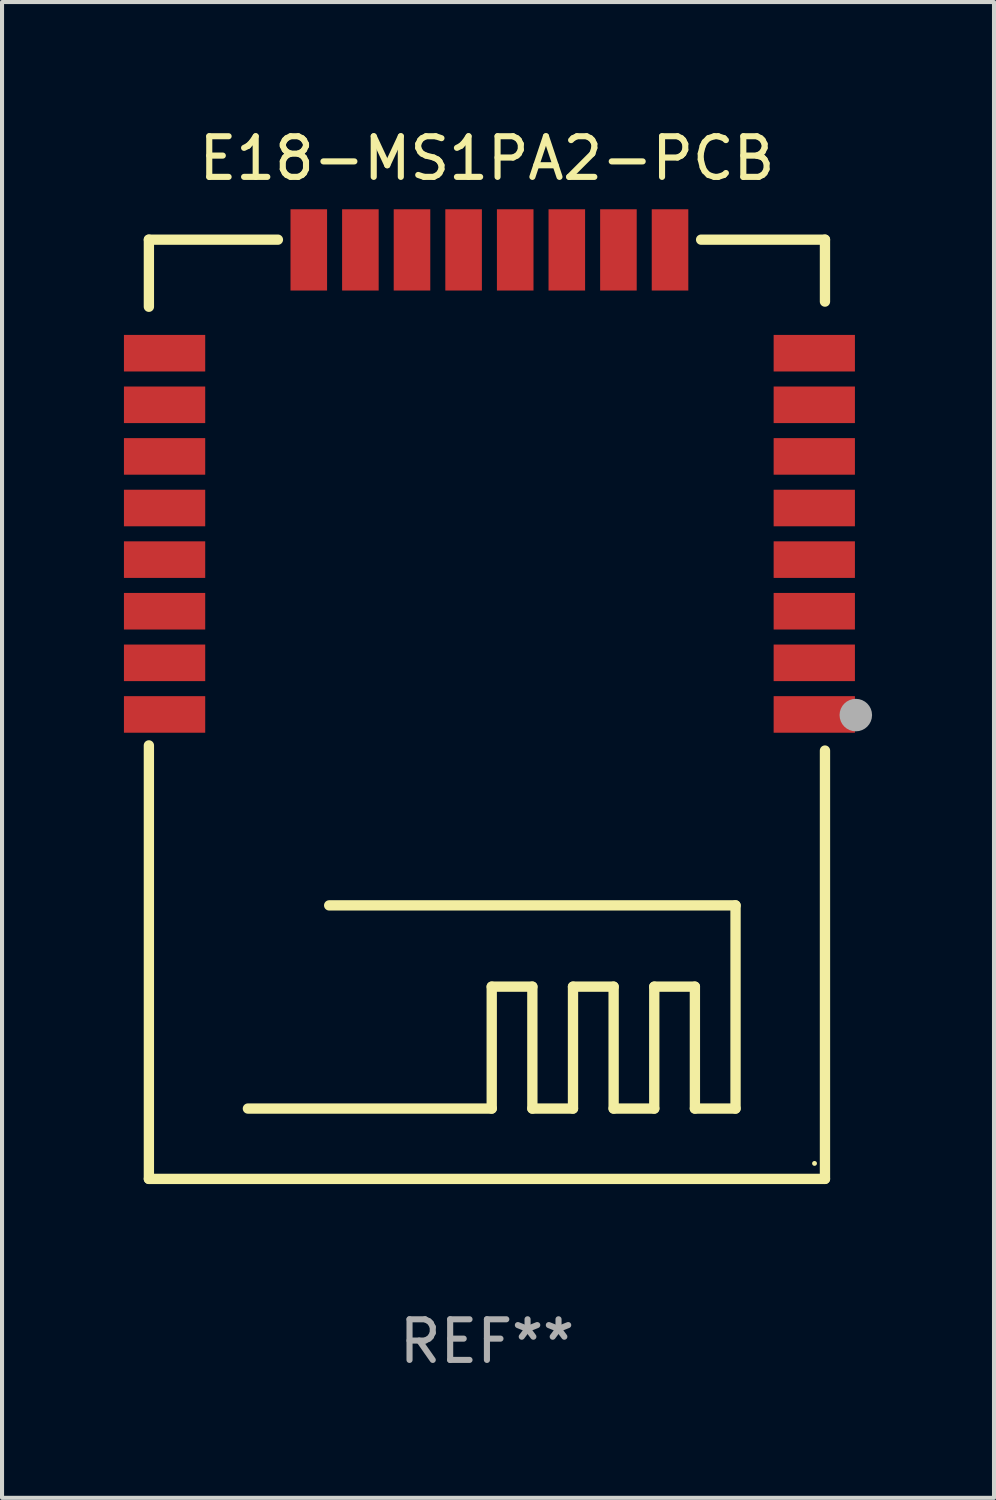
<source format=kicad_pcb>
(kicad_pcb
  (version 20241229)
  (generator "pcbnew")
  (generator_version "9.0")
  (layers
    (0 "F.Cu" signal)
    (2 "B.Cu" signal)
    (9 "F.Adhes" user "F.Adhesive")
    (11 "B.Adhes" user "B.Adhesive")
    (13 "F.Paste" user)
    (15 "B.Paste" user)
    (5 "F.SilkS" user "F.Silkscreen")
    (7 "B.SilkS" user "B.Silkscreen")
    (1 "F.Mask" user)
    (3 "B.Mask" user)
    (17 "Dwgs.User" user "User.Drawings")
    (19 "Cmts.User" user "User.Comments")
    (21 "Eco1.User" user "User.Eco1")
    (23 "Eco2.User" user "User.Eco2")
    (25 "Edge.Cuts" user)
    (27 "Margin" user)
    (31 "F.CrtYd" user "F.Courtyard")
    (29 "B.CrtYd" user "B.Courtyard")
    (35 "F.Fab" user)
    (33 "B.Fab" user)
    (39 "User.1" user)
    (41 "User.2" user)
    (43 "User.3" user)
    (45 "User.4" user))
  (footprint "E18-MS1PA2-PCB"
    (layer "F.Cu")
    (at 8.933 14.405)
    (property "Reference" "E18-MS1PA2-PCB" (at 0 -13.557 0) (layer "F.SilkS") (effects (font (size 1 1) (thickness 0.15))))
    (attr through_hole)
    (fp_line (start -8.319 -11.557) (end -5.144 -11.557) (stroke (width 0.254) (type solid)) (layer "F.SilkS"))
    (fp_line (start -8.319 -9.906) (end -8.319 -11.557) (stroke (width 0.254) (type solid)) (layer "F.SilkS"))
    (fp_line (start -8.319 11.557) (end -8.319 0.889) (stroke (width 0.254) (type solid)) (layer "F.SilkS"))
    (fp_line (start -8.319 11.557) (end 8.319 11.557) (stroke (width 0.254) (type solid)) (layer "F.SilkS"))
    (fp_line (start -3.882 4.826) (end 6.118 4.826) (stroke (width 0.254) (type solid)) (layer "F.SilkS"))
    (fp_line (start 0.118 6.826) (end 0.118 9.826) (stroke (width 0.254) (type solid)) (layer "F.SilkS"))
    (fp_line (start 0.118 9.826) (end -5.882 9.826) (stroke (width 0.254) (type solid)) (layer "F.SilkS"))
    (fp_line (start 1.118 6.826) (end 0.118 6.826) (stroke (width 0.254) (type solid)) (layer "F.SilkS"))
    (fp_line (start 1.118 9.826) (end 1.118 6.826) (stroke (width 0.254) (type solid)) (layer "F.SilkS"))
    (fp_line (start 2.118 6.826) (end 2.118 9.826) (stroke (width 0.254) (type solid)) (layer "F.SilkS"))
    (fp_line (start 2.118 9.826) (end 1.118 9.826) (stroke (width 0.254) (type solid)) (layer "F.SilkS"))
    (fp_line (start 3.118 6.826) (end 2.118 6.826) (stroke (width 0.254) (type solid)) (layer "F.SilkS"))
    (fp_line (start 3.118 9.826) (end 3.118 6.826) (stroke (width 0.254) (type solid)) (layer "F.SilkS"))
    (fp_line (start 4.118 6.826) (end 4.118 9.826) (stroke (width 0.254) (type solid)) (layer "F.SilkS"))
    (fp_line (start 4.118 9.826) (end 3.118 9.826) (stroke (width 0.254) (type solid)) (layer "F.SilkS"))
    (fp_line (start 5.118 6.826) (end 4.118 6.826) (stroke (width 0.254) (type solid)) (layer "F.SilkS"))
    (fp_line (start 5.118 9.826) (end 5.118 6.826) (stroke (width 0.254) (type solid)) (layer "F.SilkS"))
    (fp_line (start 5.271 -11.557) (end 8.319 -11.557) (stroke (width 0.254) (type solid)) (layer "F.SilkS"))
    (fp_line (start 6.118 4.826) (end 6.118 9.826) (stroke (width 0.254) (type solid)) (layer "F.SilkS"))
    (fp_line (start 6.118 9.826) (end 5.118 9.826) (stroke (width 0.254) (type solid)) (layer "F.SilkS"))
    (fp_line (start 8.319 -11.557) (end 8.319 -10.033) (stroke (width 0.254) (type solid)) (layer "F.SilkS"))
    (fp_line (start 8.319 11.557) (end 8.319 1.016) (stroke (width 0.254) (type solid)) (layer "F.SilkS"))
    (fp_circle (center 8.062 11.176) (end 8.092 11.176) (stroke (width 0.06) (type solid)) (fill no) (layer "F.SilkS"))
    (fp_circle (center 9.078 0.143) (end 9.278 0.143) (stroke (width 0.4) (type solid)) (fill no) (layer "F.Fab"))
    (fp_text user "REF**" (at 0 15.557 0) (layer "F.Fab") (effects (font (size 1 1) (thickness 0.15))))
    (pad "1" smd rect (at 8.056 0.127) (size 2 0.9) (layers "F.Cu" "F.Mask" "F.Paste"))
    (pad "2" smd rect (at 8.056 -1.143) (size 2 0.9) (layers "F.Cu" "F.Mask" "F.Paste"))
    (pad "3" smd rect (at 8.056 -2.413) (size 2 0.9) (layers "F.Cu" "F.Mask" "F.Paste"))
    (pad "4" smd rect (at 8.056 -3.683) (size 2 0.9) (layers "F.Cu" "F.Mask" "F.Paste"))
    (pad "5" smd rect (at 8.056 -4.953) (size 2 0.9) (layers "F.Cu" "F.Mask" "F.Paste"))
    (pad "6" smd rect (at 8.056 -6.223) (size 2 0.9) (layers "F.Cu" "F.Mask" "F.Paste"))
    (pad "7" smd rect (at 8.056 -7.493) (size 2 0.9) (layers "F.Cu" "F.Mask" "F.Paste"))
    (pad "8" smd rect (at 8.056 -8.763) (size 2 0.9) (layers "F.Cu" "F.Mask" "F.Paste"))
    (pad "9" smd rect (at 4.506 -11.305 90) (size 2 0.9) (layers "F.Cu" "F.Mask" "F.Paste"))
    (pad "10" smd rect (at 3.236 -11.305 90) (size 2 0.9) (layers "F.Cu" "F.Mask" "F.Paste"))
    (pad "11" smd rect (at 1.966 -11.305 90) (size 2 0.9) (layers "F.Cu" "F.Mask" "F.Paste"))
    (pad "12" smd rect (at 0.696 -11.305 90) (size 2 0.9) (layers "F.Cu" "F.Mask" "F.Paste"))
    (pad "13" smd rect (at -0.574 -11.305 90) (size 2 0.9) (layers "F.Cu" "F.Mask" "F.Paste"))
    (pad "14" smd rect (at -1.844 -11.305 90) (size 2 0.9) (layers "F.Cu" "F.Mask" "F.Paste"))
    (pad "15" smd rect (at -3.114 -11.305 90) (size 2 0.9) (layers "F.Cu" "F.Mask" "F.Paste"))
    (pad "16" smd rect (at -4.384 -11.305 90) (size 2 0.9) (layers "F.Cu" "F.Mask" "F.Paste"))
    (pad "17" smd rect (at -7.933 -8.763) (size 2 0.9) (layers "F.Cu" "F.Mask" "F.Paste"))
    (pad "18" smd rect (at -7.933 -7.493) (size 2 0.9) (layers "F.Cu" "F.Mask" "F.Paste"))
    (pad "19" smd rect (at -7.933 -6.223) (size 2 0.9) (layers "F.Cu" "F.Mask" "F.Paste"))
    (pad "20" smd rect (at -7.933 -4.953) (size 2 0.9) (layers "F.Cu" "F.Mask" "F.Paste"))
    (pad "21" smd rect (at -7.933 -3.683) (size 2 0.9) (layers "F.Cu" "F.Mask" "F.Paste"))
    (pad "22" smd rect (at -7.933 -2.413) (size 2 0.9) (layers "F.Cu" "F.Mask" "F.Paste"))
    (pad "23" smd rect (at -7.933 -1.143) (size 2 0.9) (layers "F.Cu" "F.Mask" "F.Paste"))
    (pad "24" smd rect (at -7.933 0.127) (size 2 0.9) (layers "F.Cu" "F.Mask" "F.Paste")))
  (gr_rect
    (start -3 -3)
    (end 21.412 33.811)
    (stroke (width 0.1) (type default))
    (fill no)
    (layer "Edge.Cuts")))
</source>
